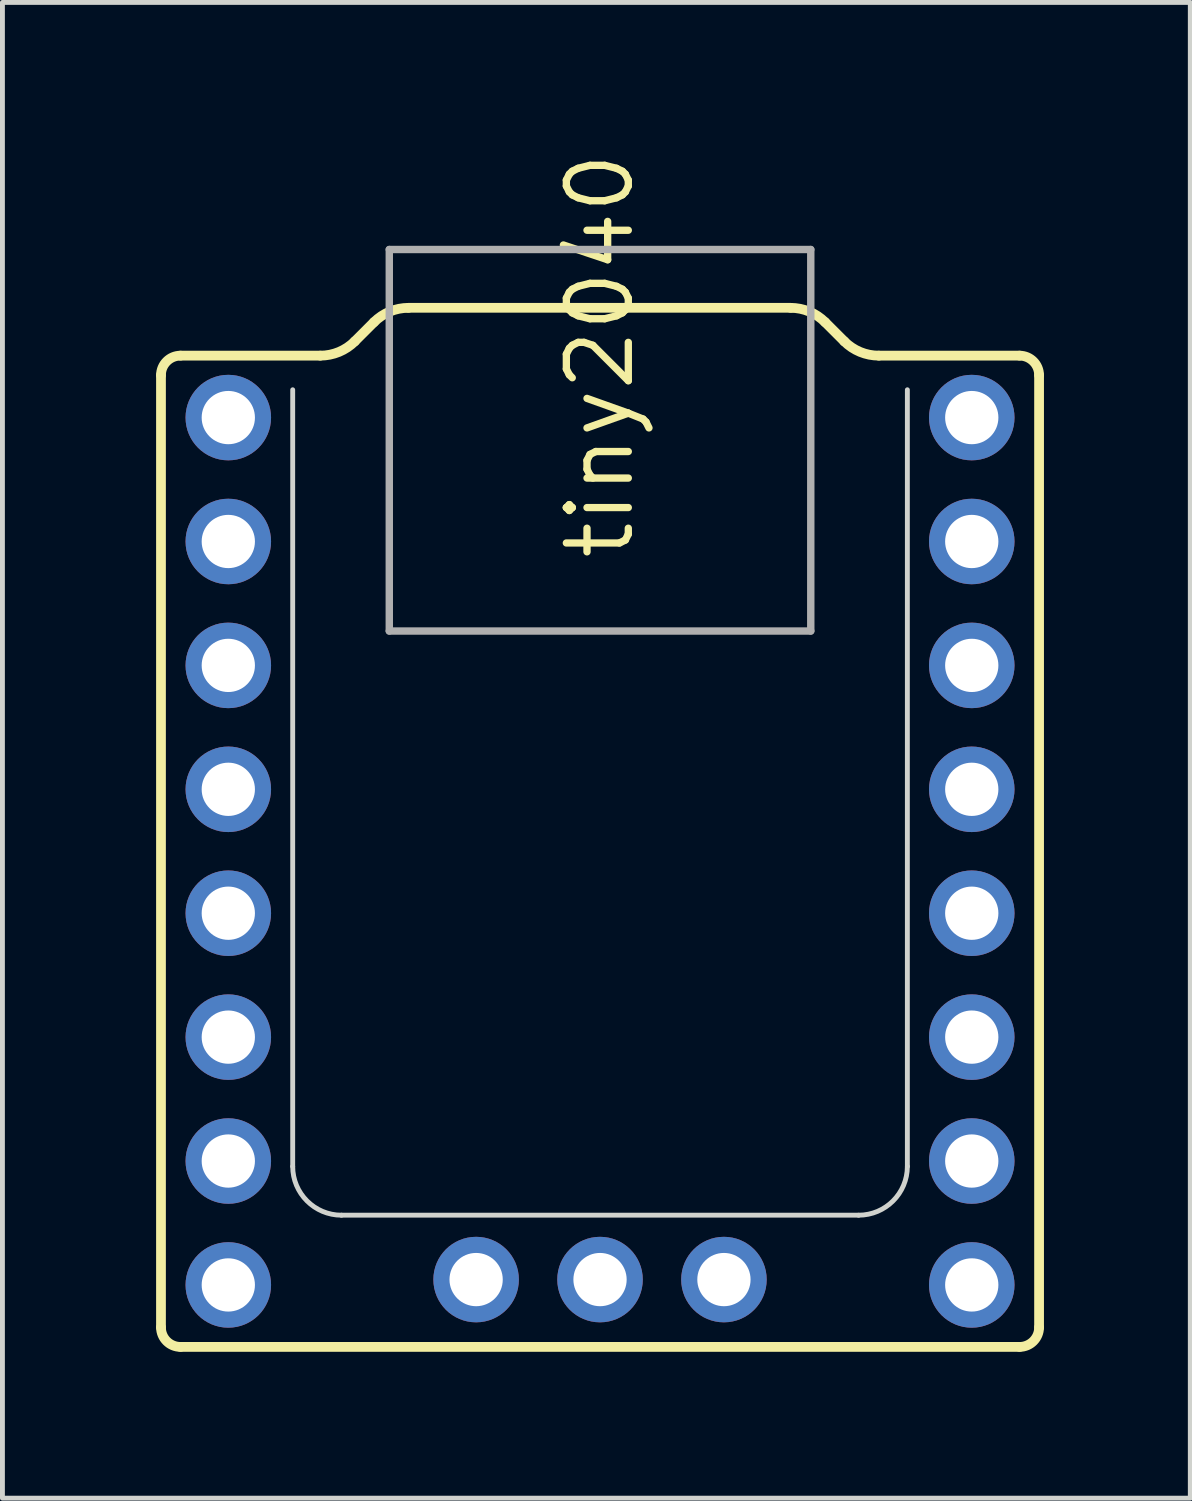
<source format=kicad_pcb>
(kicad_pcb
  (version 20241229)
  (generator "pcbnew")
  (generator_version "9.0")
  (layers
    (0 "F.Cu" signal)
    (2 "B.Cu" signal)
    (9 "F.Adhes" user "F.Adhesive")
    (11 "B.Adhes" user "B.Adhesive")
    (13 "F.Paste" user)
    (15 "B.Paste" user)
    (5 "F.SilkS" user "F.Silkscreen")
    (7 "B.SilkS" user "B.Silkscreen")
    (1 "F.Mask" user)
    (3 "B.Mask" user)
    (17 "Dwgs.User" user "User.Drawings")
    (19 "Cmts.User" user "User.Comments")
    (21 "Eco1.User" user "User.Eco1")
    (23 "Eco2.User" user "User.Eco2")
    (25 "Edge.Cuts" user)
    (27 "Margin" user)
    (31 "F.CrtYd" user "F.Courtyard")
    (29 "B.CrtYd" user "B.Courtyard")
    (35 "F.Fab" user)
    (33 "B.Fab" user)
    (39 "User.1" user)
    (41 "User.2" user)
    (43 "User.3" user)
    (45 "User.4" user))
  (footprint "tiny2040"
    (layer "F.Cu")
    (at 0.25 13.158)
    (property "Reference" "tiny2040" (at 9 -8.918 270) (layer "F.SilkS") (effects (font (size 1.27 1.27) (thickness 0.15))))
    (fp_line (start 0 11.002) (end 0 -8.518) (stroke (width 0.2) (type solid)) (layer "F.SilkS"))
    (fp_line (start 0.4 -8.918) (end 3.266 -8.918) (stroke (width 0.2) (type solid)) (layer "F.SilkS"))
    (fp_line (start 0.4 11.402) (end 17.6 11.402) (stroke (width 0.2) (type solid)) (layer "F.SilkS"))
    (fp_line (start 3.973 -9.211) (end 4.367 -9.605) (stroke (width 0.2) (type solid)) (layer "F.SilkS"))
    (fp_line (start 5.074 -9.898) (end 12.906 -9.898) (stroke (width 0.2) (type solid)) (layer "F.SilkS"))
    (fp_line (start 13.613 -9.605) (end 14.007 -9.211) (stroke (width 0.2) (type solid)) (layer "F.SilkS"))
    (fp_line (start 14.714 -8.918) (end 17.6 -8.918) (stroke (width 0.2) (type solid)) (layer "F.SilkS"))
    (fp_line (start 18 -8.518) (end 18 11.002) (stroke (width 0.2) (type solid)) (layer "F.SilkS"))
    (fp_arc (start 0 -8.517619) (mid 0.117157 -8.800462) (end 0.4 -8.917619) (stroke (width 0.2) (type solid)) (layer "F.SilkS"))
    (fp_arc (start 0.4 11.402381) (mid 0.117157 11.285224) (end 0 11.002381) (stroke (width 0.2) (type solid)) (layer "F.SilkS"))
    (fp_arc (start 3.972893 -9.210512) (mid 3.64847 -8.99374) (end 3.265788 -8.917619) (stroke (width 0.2) (type solid)) (layer "F.SilkS"))
    (fp_arc (start 4.367107 -9.604725) (mid 4.69153 -9.821498) (end 5.074213 -9.89762) (stroke (width 0.2) (type solid)) (layer "F.SilkS"))
    (fp_arc (start 12.905787 -9.897619) (mid 13.28847 -9.821498) (end 13.612892 -9.604725) (stroke (width 0.2) (type solid)) (layer "F.SilkS"))
    (fp_arc (start 14.714211 -8.917619) (mid 14.331529 -8.99374) (end 14.007106 -9.210512) (stroke (width 0.2) (type solid)) (layer "F.SilkS"))
    (fp_arc (start 17.6 -8.917619) (mid 17.882843 -8.800462) (end 18 -8.517619) (stroke (width 0.2) (type solid)) (layer "F.SilkS"))
    (fp_arc (start 18 11.002381) (mid 17.882843 11.285224) (end 17.6 11.402381) (stroke (width 0.2) (type solid)) (layer "F.SilkS"))
    (fp_line (start 2.7 7.702) (end 2.7 -8.218) (stroke (width 0.1) (type solid)) (layer "Edge.Cuts"))
    (fp_line (start 14.3 8.702) (end 3.7 8.702) (stroke (width 0.1) (type solid)) (layer "Edge.Cuts"))
    (fp_line (start 15.3 -8.218) (end 15.3 7.702) (stroke (width 0.1) (type solid)) (layer "Edge.Cuts"))
    (fp_arc (start 3.7 8.702381) (mid 2.992893 8.409488) (end 2.7 7.702381) (stroke (width 0.1) (type solid)) (layer "Edge.Cuts"))
    (fp_arc (start 15.3 7.702381) (mid 15.007107 8.409488) (end 14.3 8.702381) (stroke (width 0.1) (type solid)) (layer "Edge.Cuts"))
    (fp_line (start 4.68 -3.273) (end 4.68 -11.093) (stroke (width 0.152) (type solid)) (layer "F.Fab"))
    (fp_line (start 4.68 -3.273) (end 4.68 -5.363) (stroke (width 0.01) (type solid)) (layer "F.Fab"))
    (fp_line (start 4.68 -3.263) (end 4.68 -3.273) (stroke (width 0.01) (type solid)) (layer "F.Fab"))
    (fp_line (start 13.32 -11.093) (end 4.68 -11.093) (stroke (width 0.152) (type solid)) (layer "F.Fab"))
    (fp_line (start 13.32 -11.093) (end 13.32 -3.273) (stroke (width 0.152) (type solid)) (layer "F.Fab"))
    (fp_line (start 13.32 -7.693) (end 13.32 -9.293) (stroke (width 0.01) (type solid)) (layer "F.Fab"))
    (fp_line (start 13.32 -3.273) (end 4.68 -3.273) (stroke (width 0.152) (type solid)) (layer "F.Fab"))
    (fp_line (start 13.32 -3.273) (end 13.32 -5.363) (stroke (width 0.01) (type solid)) (layer "F.Fab"))
    (fp_line (start 13.32 -3.263) (end 13.32 -3.273) (stroke (width 0.01) (type solid)) (layer "F.Fab"))
    (pad "1" thru_hole circle (at 1.38 -7.648) (size 1.753 1.753) (drill 1.092) (layers "*.Cu" "*.Mask"))
    (pad "2" thru_hole circle (at 1.38 -5.108) (size 1.753 1.753) (drill 1.092) (layers "*.Cu" "*.Mask"))
    (pad "3" thru_hole circle (at 1.38 -2.568) (size 1.753 1.753) (drill 1.092) (layers "*.Cu" "*.Mask"))
    (pad "4" thru_hole circle (at 1.38 -0.028) (size 1.753 1.753) (drill 1.092) (layers "*.Cu" "*.Mask"))
    (pad "5" thru_hole circle (at 1.38 2.512) (size 1.753 1.753) (drill 1.092) (layers "*.Cu" "*.Mask"))
    (pad "6" thru_hole circle (at 1.38 5.052) (size 1.753 1.753) (drill 1.092) (layers "*.Cu" "*.Mask"))
    (pad "7" thru_hole circle (at 1.38 7.592) (size 1.753 1.753) (drill 1.092) (layers "*.Cu" "*.Mask"))
    (pad "8" thru_hole circle (at 1.38 10.132) (size 1.753 1.753) (drill 1.092) (layers "*.Cu" "*.Mask"))
    (pad "9" thru_hole circle (at 16.62 10.132) (size 1.753 1.753) (drill 1.092) (layers "*.Cu" "*.Mask"))
    (pad "10" thru_hole circle (at 16.62 7.592) (size 1.753 1.753) (drill 1.092) (layers "*.Cu" "*.Mask"))
    (pad "11" thru_hole circle (at 16.62 5.052) (size 1.753 1.753) (drill 1.092) (layers "*.Cu" "*.Mask"))
    (pad "12" thru_hole circle (at 16.62 2.512) (size 1.753 1.753) (drill 1.092) (layers "*.Cu" "*.Mask"))
    (pad "13" thru_hole circle (at 16.62 -0.028) (size 1.753 1.753) (drill 1.092) (layers "*.Cu" "*.Mask"))
    (pad "14" thru_hole circle (at 16.62 -2.568) (size 1.753 1.753) (drill 1.092) (layers "*.Cu" "*.Mask"))
    (pad "15" thru_hole circle (at 16.62 -5.108) (size 1.753 1.753) (drill 1.092) (layers "*.Cu" "*.Mask"))
    (pad "16" thru_hole circle (at 16.62 -7.648) (size 1.753 1.753) (drill 1.092) (layers "*.Cu" "*.Mask"))
    (pad "17" thru_hole circle (at 6.46 10.022 90) (size 1.753 1.753) (drill 1.092) (layers "*.Cu" "*.Mask"))
    (pad "18" thru_hole circle (at 9 10.022 90) (size 1.753 1.753) (drill 1.092) (layers "*.Cu" "*.Mask"))
    (pad "19" thru_hole circle (at 11.54 10.022 90) (size 1.753 1.753) (drill 1.092) (layers "*.Cu" "*.Mask"))
    (zone (net_name "") (layer "F.Cu") (hatch edge 0.508) (connect_pads) (min_thickness 0.254) (filled_areas_thickness no) (keepout (tracks not_allowed) (vias not_allowed) (pads not_allowed) (copperpour not_allowed) (footprints allowed)) (placement (enabled no)) (fill) (polygon (pts (xy 2.85 21.641) (xy 2.85 24.241) (xy 5.45 24.241) (xy 5.45 21.641))))
    (zone (net_name "") (layer "F.Cu") (hatch edge 0.508) (connect_pads) (min_thickness 0.254) (filled_areas_thickness no) (keepout (tracks not_allowed) (vias not_allowed) (pads not_allowed) (copperpour not_allowed) (footprints allowed)) (placement (enabled no)) (fill) (polygon (pts (xy 13.05 21.641) (xy 13.05 24.241) (xy 15.65 24.241) (xy 15.65 21.641)))))
  (gr_rect
    (start -3 -3)
    (end 21.35 27.661)
    (stroke (width 0.1) (type default))
    (fill no)
    (layer "Edge.Cuts")))
</source>
